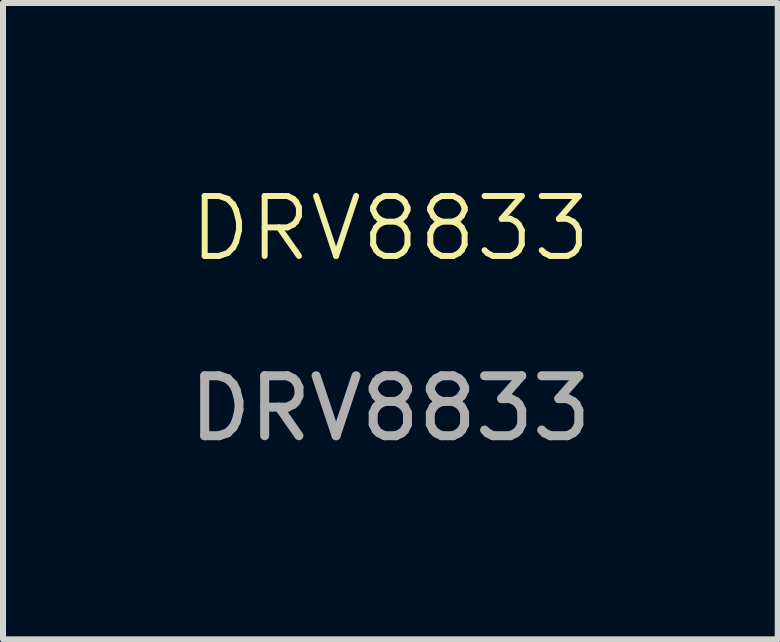
<source format=kicad_pcb>
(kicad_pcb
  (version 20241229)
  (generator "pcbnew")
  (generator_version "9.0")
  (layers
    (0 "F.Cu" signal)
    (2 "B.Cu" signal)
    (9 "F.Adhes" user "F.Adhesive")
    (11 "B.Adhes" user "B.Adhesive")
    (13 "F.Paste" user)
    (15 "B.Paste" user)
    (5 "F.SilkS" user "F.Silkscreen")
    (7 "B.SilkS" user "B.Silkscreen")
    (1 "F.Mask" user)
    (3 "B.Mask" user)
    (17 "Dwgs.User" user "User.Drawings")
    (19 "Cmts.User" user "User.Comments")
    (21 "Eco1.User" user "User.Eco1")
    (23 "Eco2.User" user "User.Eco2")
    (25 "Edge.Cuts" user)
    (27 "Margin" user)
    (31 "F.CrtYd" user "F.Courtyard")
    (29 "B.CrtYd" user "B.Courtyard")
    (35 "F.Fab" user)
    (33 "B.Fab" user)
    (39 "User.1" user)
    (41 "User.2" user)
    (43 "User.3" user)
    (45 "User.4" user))
  (footprint "DRV8833"
    (layer "F.Cu")
    (at 3.458 1.26)
    (property "Reference" "DRV8833" (at 0 -0.5 0) (unlocked yes) (layer "F.SilkS") (effects (font (size 1 1) (thickness 0.1))))
    (attr through_hole)
    (fp_text user "${REFERENCE}" (at 0 2.5 0) (unlocked yes) (layer "F.Fab") (effects (font (size 1 1) (thickness 0.15)))))
  (gr_rect
    (start -3 -3)
    (end 9.917 7.609)
    (stroke (width 0.1) (type default))
    (fill no)
    (layer "Edge.Cuts")))
</source>
